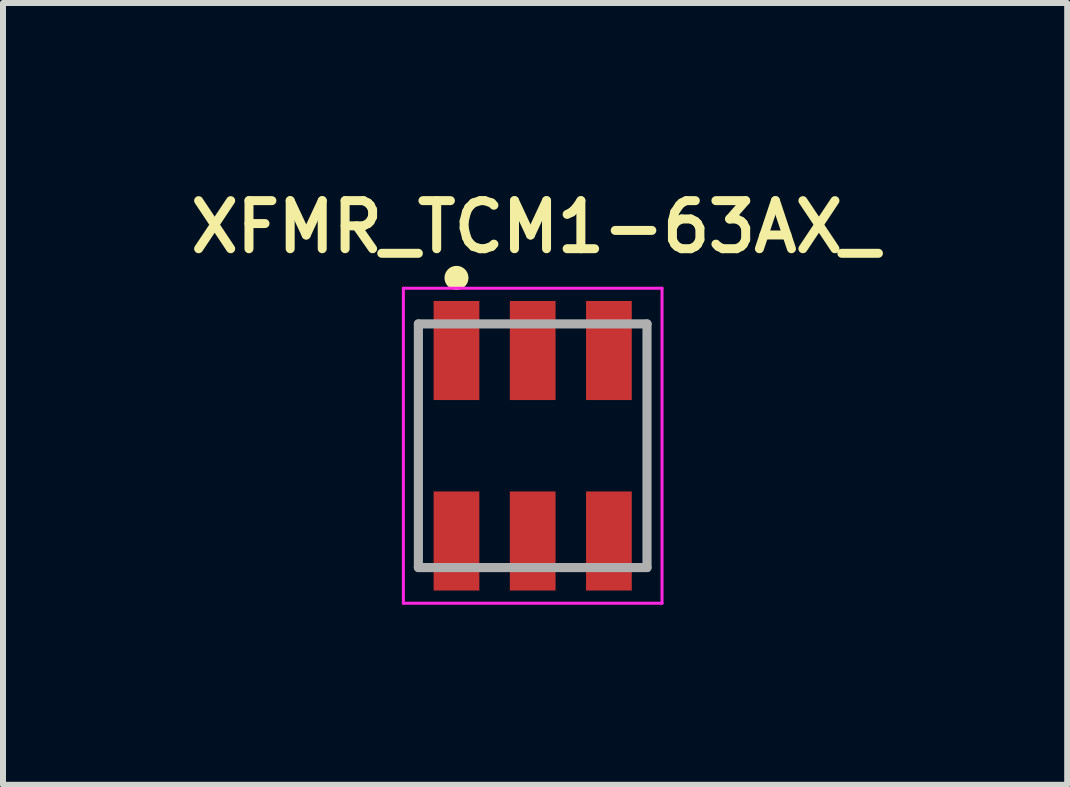
<source format=kicad_pcb>
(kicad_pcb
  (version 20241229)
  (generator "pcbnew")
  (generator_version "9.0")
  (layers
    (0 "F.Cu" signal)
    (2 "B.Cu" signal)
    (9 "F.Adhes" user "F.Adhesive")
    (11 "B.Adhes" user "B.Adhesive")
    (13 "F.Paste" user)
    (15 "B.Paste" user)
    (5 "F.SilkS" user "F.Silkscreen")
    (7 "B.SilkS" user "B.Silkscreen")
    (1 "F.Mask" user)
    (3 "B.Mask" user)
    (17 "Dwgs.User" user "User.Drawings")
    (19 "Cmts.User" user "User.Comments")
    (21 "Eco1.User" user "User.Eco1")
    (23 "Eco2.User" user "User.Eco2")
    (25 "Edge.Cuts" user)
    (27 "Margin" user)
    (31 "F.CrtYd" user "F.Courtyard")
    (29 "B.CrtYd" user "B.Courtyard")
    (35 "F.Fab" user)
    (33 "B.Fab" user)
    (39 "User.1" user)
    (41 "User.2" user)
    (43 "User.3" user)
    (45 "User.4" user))
  (footprint "XFMR_TCM1-63AX_"
    (layer "F.Cu")
    (at 5.827 4.378)
    (property "Reference" "XFMR_TCM1-63AX_" (at 0.04 -3.646 0) (layer "F.SilkS") (effects (font (size 0.801 0.801) (thickness 0.15))))
    (attr smd)
    (fp_circle (center -1.27 -2.798) (end -1.17 -2.798) (stroke (width 0.2) (type solid)) (fill no) (layer "F.SilkS"))
    (fp_line (start -2.155 -2.625) (end 2.155 -2.625) (stroke (width 0.05) (type solid)) (layer "F.CrtYd"))
    (fp_line (start -2.155 2.625) (end -2.155 -2.625) (stroke (width 0.05) (type solid)) (layer "F.CrtYd"))
    (fp_line (start 2.155 -2.625) (end 2.155 2.625) (stroke (width 0.05) (type solid)) (layer "F.CrtYd"))
    (fp_line (start 2.155 2.625) (end -2.155 2.625) (stroke (width 0.05) (type solid)) (layer "F.CrtYd"))
    (fp_line (start -1.905 -2.03) (end 1.905 -2.03) (stroke (width 0.152) (type solid)) (layer "F.Fab"))
    (fp_line (start -1.905 2.03) (end -1.905 -2.03) (stroke (width 0.152) (type solid)) (layer "F.Fab"))
    (fp_line (start 1.905 -2.03) (end 1.905 2.03) (stroke (width 0.152) (type solid)) (layer "F.Fab"))
    (fp_line (start 1.905 2.03) (end -1.905 2.03) (stroke (width 0.152) (type solid)) (layer "F.Fab"))
    (pad "1" smd rect (at -1.27 -1.587 90) (size 1.651 0.762) (layers "F.Cu" "F.Mask" "F.Paste"))
    (pad "2" smd rect (at 0 -1.587 90) (size 1.651 0.762) (layers "F.Cu" "F.Mask" "F.Paste"))
    (pad "3" smd rect (at 1.27 -1.587 90) (size 1.651 0.762) (layers "F.Cu" "F.Mask" "F.Paste"))
    (pad "4" smd rect (at 1.27 1.587 90) (size 1.651 0.762) (layers "F.Cu" "F.Mask" "F.Paste"))
    (pad "5" smd rect (at 0 1.587 90) (size 1.651 0.762) (layers "F.Cu" "F.Mask" "F.Paste"))
    (pad "6" smd rect (at -1.27 1.587 90) (size 1.651 0.762) (layers "F.Cu" "F.Mask" "F.Paste")))
  (gr_rect
    (start -3 -3)
    (end 14.734 10.028)
    (stroke (width 0.1) (type default))
    (fill no)
    (layer "Edge.Cuts")))
</source>
